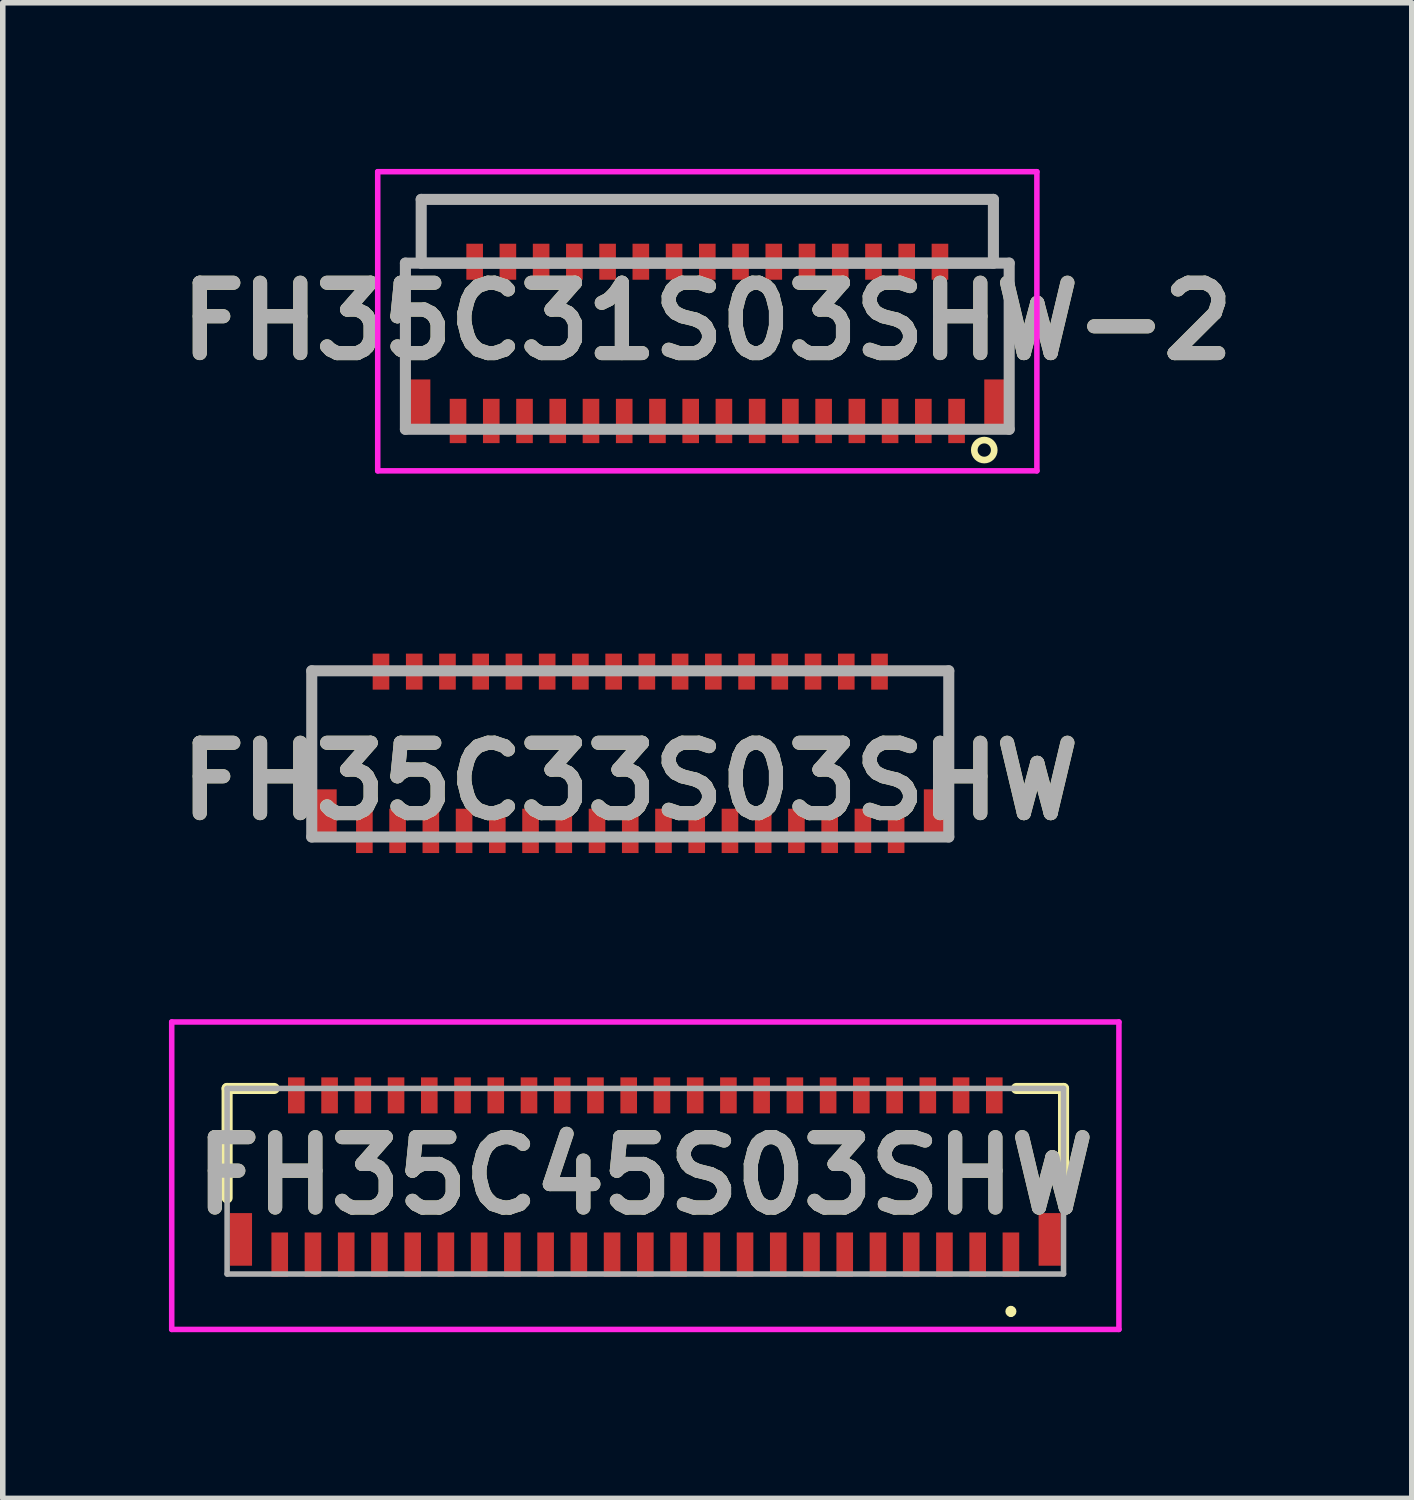
<source format=kicad_pcb>
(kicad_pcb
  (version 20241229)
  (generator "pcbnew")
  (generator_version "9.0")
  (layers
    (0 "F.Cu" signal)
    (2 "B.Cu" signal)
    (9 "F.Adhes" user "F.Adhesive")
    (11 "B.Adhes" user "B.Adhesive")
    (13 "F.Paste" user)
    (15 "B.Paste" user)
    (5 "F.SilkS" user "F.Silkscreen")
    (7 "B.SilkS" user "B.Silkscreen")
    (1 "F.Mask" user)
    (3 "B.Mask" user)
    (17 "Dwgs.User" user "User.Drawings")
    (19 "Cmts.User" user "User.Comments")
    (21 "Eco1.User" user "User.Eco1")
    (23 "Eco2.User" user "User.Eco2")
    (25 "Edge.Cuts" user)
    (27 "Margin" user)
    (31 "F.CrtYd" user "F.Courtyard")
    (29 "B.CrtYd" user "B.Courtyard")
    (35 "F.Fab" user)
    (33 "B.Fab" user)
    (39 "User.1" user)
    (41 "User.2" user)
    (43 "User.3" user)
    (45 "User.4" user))
  (footprint "FH35C31S03SHW-2"
    (layer "F.Cu")
    (at 9.719 2.625)
    (property "Reference" "FH35C31S03SHW-2" (at 0 0.125 0) (layer "F.SilkS") (effects (font (size 1.27 1.27) (thickness 0.254))))
    (attr smd)
    (fp_line (start -5.45 -0.925) (end -5.45 0.575) (stroke (width 0.1) (type solid)) (layer "F.SilkS"))
    (fp_line (start -5 -0.925) (end -5.45 -0.925) (stroke (width 0.1) (type solid)) (layer "F.SilkS"))
    (fp_line (start 5 -0.925) (end 5.45 -0.925) (stroke (width 0.1) (type solid)) (layer "F.SilkS"))
    (fp_line (start 5.45 -0.925) (end 5.45 0.575) (stroke (width 0.1) (type solid)) (layer "F.SilkS"))
    (fp_circle (center 5 2.45) (end 5.1 2.6) (stroke (width 0.12) (type solid)) (fill no) (layer "F.SilkS"))
    (fp_line (start -5.95 -2.575) (end 5.95 -2.575) (stroke (width 0.1) (type solid)) (layer "F.CrtYd"))
    (fp_line (start -5.95 2.825) (end -5.95 -2.575) (stroke (width 0.1) (type solid)) (layer "F.CrtYd"))
    (fp_line (start 5.95 -2.575) (end 5.95 2.825) (stroke (width 0.1) (type solid)) (layer "F.CrtYd"))
    (fp_line (start 5.95 2.825) (end -5.95 2.825) (stroke (width 0.1) (type solid)) (layer "F.CrtYd"))
    (fp_line (start -5.45 -0.925) (end 5.45 -0.925) (stroke (width 0.2) (type solid)) (layer "F.Fab"))
    (fp_line (start -5.45 2.075) (end -5.45 -0.925) (stroke (width 0.2) (type solid)) (layer "F.Fab"))
    (fp_line (start -5.165 -2.075) (end -5.165 -0.925) (stroke (width 0.2) (type solid)) (layer "F.Fab"))
    (fp_line (start -5.165 -0.925) (end 5.165 -0.925) (stroke (width 0.2) (type solid)) (layer "F.Fab"))
    (fp_line (start 5.165 -2.075) (end -5.165 -2.075) (stroke (width 0.2) (type solid)) (layer "F.Fab"))
    (fp_line (start 5.165 -0.925) (end 5.165 -2.075) (stroke (width 0.2) (type solid)) (layer "F.Fab"))
    (fp_line (start 5.45 -0.925) (end 5.45 2.075) (stroke (width 0.2) (type solid)) (layer "F.Fab"))
    (fp_line (start 5.45 2.075) (end -5.45 2.075) (stroke (width 0.2) (type solid)) (layer "F.Fab"))
    (fp_text user "${REFERENCE}" (at 0 0.125 0) (layer "F.Fab") (effects (font (size 1.27 1.27) (thickness 0.254))))
    (pad "1" smd rect (at 4.5 1.925) (size 0.3 0.8) (layers "F.Cu" "F.Mask" "F.Paste"))
    (pad "2" smd rect (at 4.2 -0.95) (size 0.3 0.65) (layers "F.Cu" "F.Mask" "F.Paste"))
    (pad "3" smd rect (at 3.9 1.925) (size 0.3 0.8) (layers "F.Cu" "F.Mask" "F.Paste"))
    (pad "4" smd rect (at 3.6 -0.95) (size 0.3 0.65) (layers "F.Cu" "F.Mask" "F.Paste"))
    (pad "5" smd rect (at 3.3 1.925) (size 0.3 0.8) (layers "F.Cu" "F.Mask" "F.Paste"))
    (pad "6" smd rect (at 3 -0.95) (size 0.3 0.65) (layers "F.Cu" "F.Mask" "F.Paste"))
    (pad "7" smd rect (at 2.7 1.925) (size 0.3 0.8) (layers "F.Cu" "F.Mask" "F.Paste"))
    (pad "8" smd rect (at 2.4 -0.95) (size 0.3 0.65) (layers "F.Cu" "F.Mask" "F.Paste"))
    (pad "9" smd rect (at 2.1 1.925) (size 0.3 0.8) (layers "F.Cu" "F.Mask" "F.Paste"))
    (pad "10" smd rect (at 1.8 -0.95) (size 0.3 0.65) (layers "F.Cu" "F.Mask" "F.Paste"))
    (pad "11" smd rect (at 1.5 1.925) (size 0.3 0.8) (layers "F.Cu" "F.Mask" "F.Paste"))
    (pad "12" smd rect (at 1.2 -0.95) (size 0.3 0.65) (layers "F.Cu" "F.Mask" "F.Paste"))
    (pad "13" smd rect (at 0.9 1.925) (size 0.3 0.8) (layers "F.Cu" "F.Mask" "F.Paste"))
    (pad "14" smd rect (at 0.6 -0.95) (size 0.3 0.65) (layers "F.Cu" "F.Mask" "F.Paste"))
    (pad "15" smd rect (at 0.3 1.925) (size 0.3 0.8) (layers "F.Cu" "F.Mask" "F.Paste"))
    (pad "16" smd rect (at 0 -0.95) (size 0.3 0.65) (layers "F.Cu" "F.Mask" "F.Paste"))
    (pad "17" smd rect (at -0.3 1.925) (size 0.3 0.8) (layers "F.Cu" "F.Mask" "F.Paste"))
    (pad "18" smd rect (at -0.6 -0.95) (size 0.3 0.65) (layers "F.Cu" "F.Mask" "F.Paste"))
    (pad "19" smd rect (at -0.9 1.925) (size 0.3 0.8) (layers "F.Cu" "F.Mask" "F.Paste"))
    (pad "20" smd rect (at -1.2 -0.95) (size 0.3 0.65) (layers "F.Cu" "F.Mask" "F.Paste"))
    (pad "21" smd rect (at -1.5 1.925) (size 0.3 0.8) (layers "F.Cu" "F.Mask" "F.Paste"))
    (pad "22" smd rect (at -1.8 -0.95) (size 0.3 0.65) (layers "F.Cu" "F.Mask" "F.Paste"))
    (pad "23" smd rect (at -2.1 1.925) (size 0.3 0.8) (layers "F.Cu" "F.Mask" "F.Paste"))
    (pad "24" smd rect (at -2.4 -0.95) (size 0.3 0.65) (layers "F.Cu" "F.Mask" "F.Paste"))
    (pad "25" smd rect (at -2.7 1.925) (size 0.3 0.8) (layers "F.Cu" "F.Mask" "F.Paste"))
    (pad "26" smd rect (at -3 -0.95) (size 0.3 0.65) (layers "F.Cu" "F.Mask" "F.Paste"))
    (pad "27" smd rect (at -3.3 1.925) (size 0.3 0.8) (layers "F.Cu" "F.Mask" "F.Paste"))
    (pad "28" smd rect (at -3.6 -0.95) (size 0.3 0.65) (layers "F.Cu" "F.Mask" "F.Paste"))
    (pad "29" smd rect (at -3.9 1.925) (size 0.3 0.8) (layers "F.Cu" "F.Mask" "F.Paste"))
    (pad "30" smd rect (at -4.2 -0.95) (size 0.3 0.65) (layers "F.Cu" "F.Mask" "F.Paste"))
    (pad "31" smd rect (at -4.5 1.925) (size 0.3 0.8) (layers "F.Cu" "F.Mask" "F.Paste"))
    (pad "MP1" smd rect (at -5.2 1.65) (size 0.4 0.95) (layers "F.Cu" "F.Mask" "F.Paste"))
    (pad "MP2" smd rect (at 5.2 1.65) (size 0.4 0.95) (layers "F.Cu" "F.Mask" "F.Paste")))
  (footprint "FH35C45S03SHW"
    (layer "F.Cu")
    (at 8.6 18.275)
    (property "Reference" "FH35C45S03SHW" (at 0 -0.1 0) (layer "F.SilkS") (effects (font (size 1.27 1.27) (thickness 0.254))))
    (attr smd)
    (fp_line (start -7.55 -1.675) (end -6.7 -1.675) (stroke (width 0.2) (type solid)) (layer "F.SilkS"))
    (fp_line (start -7.55 0.3) (end -7.55 -1.675) (stroke (width 0.2) (type solid)) (layer "F.SilkS"))
    (fp_line (start 6.6 2.3) (end 6.6 2.3) (stroke (width 0.1) (type solid)) (layer "F.SilkS"))
    (fp_line (start 6.6 2.4) (end 6.6 2.4) (stroke (width 0.1) (type solid)) (layer "F.SilkS"))
    (fp_line (start 6.7 -1.675) (end 7.55 -1.675) (stroke (width 0.2) (type solid)) (layer "F.SilkS"))
    (fp_line (start 7.55 -1.675) (end 7.55 0.3) (stroke (width 0.2) (type solid)) (layer "F.SilkS"))
    (fp_arc (start 6.6 2.3) (mid 6.65 2.35) (end 6.6 2.4) (stroke (width 0.1) (type solid)) (layer "F.SilkS"))
    (fp_arc (start 6.6 2.4) (mid 6.55 2.35) (end 6.6 2.3) (stroke (width 0.1) (type solid)) (layer "F.SilkS"))
    (fp_line (start -8.55 -2.875) (end 8.55 -2.875) (stroke (width 0.1) (type solid)) (layer "F.CrtYd"))
    (fp_line (start -8.55 2.675) (end -8.55 -2.875) (stroke (width 0.1) (type solid)) (layer "F.CrtYd"))
    (fp_line (start 8.55 -2.875) (end 8.55 2.675) (stroke (width 0.1) (type solid)) (layer "F.CrtYd"))
    (fp_line (start 8.55 2.675) (end -8.55 2.675) (stroke (width 0.1) (type solid)) (layer "F.CrtYd"))
    (fp_line (start -7.55 -1.675) (end -7.55 1.675) (stroke (width 0.1) (type solid)) (layer "F.Fab"))
    (fp_line (start -7.55 1.675) (end 7.55 1.675) (stroke (width 0.1) (type solid)) (layer "F.Fab"))
    (fp_line (start 7.55 -1.675) (end -7.55 -1.675) (stroke (width 0.1) (type solid)) (layer "F.Fab"))
    (fp_line (start 7.55 1.675) (end 7.55 -1.675) (stroke (width 0.1) (type solid)) (layer "F.Fab"))
    (fp_text user "${REFERENCE}" (at 0 -0.1 0) (layer "F.Fab") (effects (font (size 1.27 1.27) (thickness 0.254))))
    (pad "1" smd rect (at 6.6 1.325) (size 0.3 0.8) (layers "F.Cu" "F.Mask" "F.Paste"))
    (pad "2" smd rect (at 6.3 -1.55) (size 0.3 0.65) (layers "F.Cu" "F.Mask" "F.Paste"))
    (pad "3" smd rect (at 6 1.325) (size 0.3 0.8) (layers "F.Cu" "F.Mask" "F.Paste"))
    (pad "4" smd rect (at 5.7 -1.55) (size 0.3 0.65) (layers "F.Cu" "F.Mask" "F.Paste"))
    (pad "5" smd rect (at 5.4 1.325) (size 0.3 0.8) (layers "F.Cu" "F.Mask" "F.Paste"))
    (pad "6" smd rect (at 5.1 -1.55) (size 0.3 0.65) (layers "F.Cu" "F.Mask" "F.Paste"))
    (pad "7" smd rect (at 4.8 1.325) (size 0.3 0.8) (layers "F.Cu" "F.Mask" "F.Paste"))
    (pad "8" smd rect (at 4.5 -1.55) (size 0.3 0.65) (layers "F.Cu" "F.Mask" "F.Paste"))
    (pad "9" smd rect (at 4.2 1.325) (size 0.3 0.8) (layers "F.Cu" "F.Mask" "F.Paste"))
    (pad "10" smd rect (at 3.9 -1.55) (size 0.3 0.65) (layers "F.Cu" "F.Mask" "F.Paste"))
    (pad "11" smd rect (at 3.6 1.325) (size 0.3 0.8) (layers "F.Cu" "F.Mask" "F.Paste"))
    (pad "12" smd rect (at 3.3 -1.55) (size 0.3 0.65) (layers "F.Cu" "F.Mask" "F.Paste"))
    (pad "13" smd rect (at 3 1.325) (size 0.3 0.8) (layers "F.Cu" "F.Mask" "F.Paste"))
    (pad "14" smd rect (at 2.7 -1.55) (size 0.3 0.65) (layers "F.Cu" "F.Mask" "F.Paste"))
    (pad "15" smd rect (at 2.4 1.325) (size 0.3 0.8) (layers "F.Cu" "F.Mask" "F.Paste"))
    (pad "16" smd rect (at 2.1 -1.55) (size 0.3 0.65) (layers "F.Cu" "F.Mask" "F.Paste"))
    (pad "17" smd rect (at 1.8 1.325) (size 0.3 0.8) (layers "F.Cu" "F.Mask" "F.Paste"))
    (pad "18" smd rect (at 1.5 -1.55) (size 0.3 0.65) (layers "F.Cu" "F.Mask" "F.Paste"))
    (pad "19" smd rect (at 1.2 1.325) (size 0.3 0.8) (layers "F.Cu" "F.Mask" "F.Paste"))
    (pad "20" smd rect (at 0.9 -1.55) (size 0.3 0.65) (layers "F.Cu" "F.Mask" "F.Paste"))
    (pad "21" smd rect (at 0.6 1.325) (size 0.3 0.8) (layers "F.Cu" "F.Mask" "F.Paste"))
    (pad "22" smd rect (at 0.3 -1.55) (size 0.3 0.65) (layers "F.Cu" "F.Mask" "F.Paste"))
    (pad "23" smd rect (at 0 1.325) (size 0.3 0.8) (layers "F.Cu" "F.Mask" "F.Paste"))
    (pad "24" smd rect (at -0.3 -1.55) (size 0.3 0.65) (layers "F.Cu" "F.Mask" "F.Paste"))
    (pad "25" smd rect (at -0.6 1.325) (size 0.3 0.8) (layers "F.Cu" "F.Mask" "F.Paste"))
    (pad "26" smd rect (at -0.9 -1.55) (size 0.3 0.65) (layers "F.Cu" "F.Mask" "F.Paste"))
    (pad "27" smd rect (at -1.2 1.325) (size 0.3 0.8) (layers "F.Cu" "F.Mask" "F.Paste"))
    (pad "28" smd rect (at -1.5 -1.55) (size 0.3 0.65) (layers "F.Cu" "F.Mask" "F.Paste"))
    (pad "29" smd rect (at -1.8 1.325) (size 0.3 0.8) (layers "F.Cu" "F.Mask" "F.Paste"))
    (pad "30" smd rect (at -2.1 -1.55) (size 0.3 0.65) (layers "F.Cu" "F.Mask" "F.Paste"))
    (pad "31" smd rect (at -2.4 1.325) (size 0.3 0.8) (layers "F.Cu" "F.Mask" "F.Paste"))
    (pad "32" smd rect (at -2.7 -1.55) (size 0.3 0.65) (layers "F.Cu" "F.Mask" "F.Paste"))
    (pad "33" smd rect (at -3 1.325) (size 0.3 0.8) (layers "F.Cu" "F.Mask" "F.Paste"))
    (pad "34" smd rect (at -3.3 -1.55) (size 0.3 0.65) (layers "F.Cu" "F.Mask" "F.Paste"))
    (pad "35" smd rect (at -3.6 1.325) (size 0.3 0.8) (layers "F.Cu" "F.Mask" "F.Paste"))
    (pad "36" smd rect (at -3.9 -1.55) (size 0.3 0.65) (layers "F.Cu" "F.Mask" "F.Paste"))
    (pad "37" smd rect (at -4.2 1.325) (size 0.3 0.8) (layers "F.Cu" "F.Mask" "F.Paste"))
    (pad "38" smd rect (at -4.5 -1.55) (size 0.3 0.65) (layers "F.Cu" "F.Mask" "F.Paste"))
    (pad "39" smd rect (at -4.8 1.325) (size 0.3 0.8) (layers "F.Cu" "F.Mask" "F.Paste"))
    (pad "40" smd rect (at -5.1 -1.55) (size 0.3 0.65) (layers "F.Cu" "F.Mask" "F.Paste"))
    (pad "41" smd rect (at -5.4 1.325) (size 0.3 0.8) (layers "F.Cu" "F.Mask" "F.Paste"))
    (pad "42" smd rect (at -5.7 -1.55) (size 0.3 0.65) (layers "F.Cu" "F.Mask" "F.Paste"))
    (pad "43" smd rect (at -6 1.325) (size 0.3 0.8) (layers "F.Cu" "F.Mask" "F.Paste"))
    (pad "44" smd rect (at -6.3 -1.55) (size 0.3 0.65) (layers "F.Cu" "F.Mask" "F.Paste"))
    (pad "45" smd rect (at -6.6 1.325) (size 0.3 0.8) (layers "F.Cu" "F.Mask" "F.Paste"))
    (pad "MP1" smd rect (at 7.3 1.05) (size 0.4 0.95) (layers "F.Cu" "F.Mask" "F.Paste"))
    (pad "MP2" smd rect (at -7.3 1.05) (size 0.4 0.95) (layers "F.Cu" "F.Mask" "F.Paste")))
  (footprint "FH35C33S03SHW"
    (layer "F.Cu")
    (at 8.328 8.75)
    (property "Reference" "FH35C33S03SHW" (at 0 2.305 0) (layer "F.SilkS") (effects (font (size 1.27 1.27) (thickness 0.254))))
    (attr smd)
    (fp_line (start -5.75 0.31) (end -5.75 0.325) (stroke (width 0.1) (type solid)) (layer "F.SilkS"))
    (fp_line (start -5.75 0.325) (end -5.75 0.325) (stroke (width 0.1) (type solid)) (layer "F.SilkS"))
    (fp_line (start -5.75 0.325) (end -5.75 1.81) (stroke (width 0.1) (type solid)) (layer "F.SilkS"))
    (fp_line (start -5.75 0.325) (end -5.25 0.325) (stroke (width 0.1) (type solid)) (layer "F.SilkS"))
    (fp_line (start -5.75 1.81) (end -5.75 0.325) (stroke (width 0.1) (type solid)) (layer "F.SilkS"))
    (fp_line (start -5.75 1.81) (end -5.75 1.81) (stroke (width 0.1) (type solid)) (layer "F.SilkS"))
    (fp_line (start -5.25 0.31) (end -5.75 0.31) (stroke (width 0.1) (type solid)) (layer "F.SilkS"))
    (fp_line (start -5.25 0.325) (end -5.25 0.31) (stroke (width 0.1) (type solid)) (layer "F.SilkS"))
    (fp_line (start 5.25 0.325) (end 5.25 0.325) (stroke (width 0.1) (type solid)) (layer "F.SilkS"))
    (fp_line (start 5.25 0.325) (end 5.75 0.325) (stroke (width 0.1) (type solid)) (layer "F.SilkS"))
    (fp_line (start 5.75 0.31) (end 5.75 0.31) (stroke (width 0.1) (type solid)) (layer "F.SilkS"))
    (fp_line (start 5.75 0.31) (end 5.75 1.81) (stroke (width 0.1) (type solid)) (layer "F.SilkS"))
    (fp_line (start 5.75 0.325) (end 5.25 0.325) (stroke (width 0.1) (type solid)) (layer "F.SilkS"))
    (fp_line (start 5.75 0.325) (end 5.75 0.325) (stroke (width 0.1) (type solid)) (layer "F.SilkS"))
    (fp_line (start 5.75 1.81) (end 5.75 0.31) (stroke (width 0.1) (type solid)) (layer "F.SilkS"))
    (fp_line (start 5.75 1.81) (end 5.75 1.81) (stroke (width 0.1) (type solid)) (layer "F.SilkS"))
    (fp_line (start -5.75 0.31) (end -5.75 3.31) (stroke (width 0.2) (type solid)) (layer "F.Fab"))
    (fp_line (start -5.75 3.31) (end 5.75 3.31) (stroke (width 0.2) (type solid)) (layer "F.Fab"))
    (fp_line (start 5.75 0.31) (end -5.75 0.31) (stroke (width 0.2) (type solid)) (layer "F.Fab"))
    (fp_line (start 5.75 3.31) (end 5.75 0.31) (stroke (width 0.2) (type solid)) (layer "F.Fab"))
    (fp_text user "${REFERENCE}" (at 0 2.305 0) (layer "F.Fab") (effects (font (size 1.27 1.27) (thickness 0.254))))
    (pad "1" smd rect (at 4.8 3.2) (size 0.3 0.8) (layers "F.Cu" "F.Mask" "F.Paste"))
    (pad "2" smd rect (at 4.5 0.325) (size 0.3 0.65) (layers "F.Cu" "F.Mask" "F.Paste"))
    (pad "3" smd rect (at 4.2 3.2) (size 0.3 0.8) (layers "F.Cu" "F.Mask" "F.Paste"))
    (pad "4" smd rect (at 3.9 0.325) (size 0.3 0.65) (layers "F.Cu" "F.Mask" "F.Paste"))
    (pad "5" smd rect (at 3.6 3.2) (size 0.3 0.8) (layers "F.Cu" "F.Mask" "F.Paste"))
    (pad "6" smd rect (at 3.3 0.325) (size 0.3 0.65) (layers "F.Cu" "F.Mask" "F.Paste"))
    (pad "7" smd rect (at 3 3.2) (size 0.3 0.8) (layers "F.Cu" "F.Mask" "F.Paste"))
    (pad "8" smd rect (at 2.7 0.325) (size 0.3 0.65) (layers "F.Cu" "F.Mask" "F.Paste"))
    (pad "9" smd rect (at 2.4 3.2) (size 0.3 0.8) (layers "F.Cu" "F.Mask" "F.Paste"))
    (pad "10" smd rect (at 2.1 0.325) (size 0.3 0.65) (layers "F.Cu" "F.Mask" "F.Paste"))
    (pad "11" smd rect (at 1.8 3.2) (size 0.3 0.8) (layers "F.Cu" "F.Mask" "F.Paste"))
    (pad "12" smd rect (at 1.5 0.325) (size 0.3 0.65) (layers "F.Cu" "F.Mask" "F.Paste"))
    (pad "13" smd rect (at 1.2 3.2) (size 0.3 0.8) (layers "F.Cu" "F.Mask" "F.Paste"))
    (pad "14" smd rect (at 0.9 0.325) (size 0.3 0.65) (layers "F.Cu" "F.Mask" "F.Paste"))
    (pad "15" smd rect (at 0.6 3.2) (size 0.3 0.8) (layers "F.Cu" "F.Mask" "F.Paste"))
    (pad "16" smd rect (at 0.3 0.325) (size 0.3 0.65) (layers "F.Cu" "F.Mask" "F.Paste"))
    (pad "17" smd rect (at 0 3.2) (size 0.3 0.8) (layers "F.Cu" "F.Mask" "F.Paste"))
    (pad "18" smd rect (at -0.3 0.325) (size 0.3 0.65) (layers "F.Cu" "F.Mask" "F.Paste"))
    (pad "19" smd rect (at -0.6 3.2) (size 0.3 0.8) (layers "F.Cu" "F.Mask" "F.Paste"))
    (pad "20" smd rect (at -0.9 0.325) (size 0.3 0.65) (layers "F.Cu" "F.Mask" "F.Paste"))
    (pad "21" smd rect (at -1.2 3.2) (size 0.3 0.8) (layers "F.Cu" "F.Mask" "F.Paste"))
    (pad "22" smd rect (at -1.5 0.325) (size 0.3 0.65) (layers "F.Cu" "F.Mask" "F.Paste"))
    (pad "23" smd rect (at -1.8 3.2) (size 0.3 0.8) (layers "F.Cu" "F.Mask" "F.Paste"))
    (pad "24" smd rect (at -2.1 0.325) (size 0.3 0.65) (layers "F.Cu" "F.Mask" "F.Paste"))
    (pad "25" smd rect (at -2.4 3.2) (size 0.3 0.8) (layers "F.Cu" "F.Mask" "F.Paste"))
    (pad "26" smd rect (at -2.7 0.325) (size 0.3 0.65) (layers "F.Cu" "F.Mask" "F.Paste"))
    (pad "27" smd rect (at -3 3.2) (size 0.3 0.8) (layers "F.Cu" "F.Mask" "F.Paste"))
    (pad "28" smd rect (at -3.3 0.325) (size 0.3 0.65) (layers "F.Cu" "F.Mask" "F.Paste"))
    (pad "29" smd rect (at -3.6 3.2) (size 0.3 0.8) (layers "F.Cu" "F.Mask" "F.Paste"))
    (pad "30" smd rect (at -3.9 0.325) (size 0.3 0.65) (layers "F.Cu" "F.Mask" "F.Paste"))
    (pad "31" smd rect (at -4.2 3.2) (size 0.3 0.8) (layers "F.Cu" "F.Mask" "F.Paste"))
    (pad "32" smd rect (at -4.5 0.325) (size 0.3 0.65) (layers "F.Cu" "F.Mask" "F.Paste"))
    (pad "33" smd rect (at -4.8 3.2) (size 0.3 0.8) (layers "F.Cu" "F.Mask" "F.Paste"))
    (pad "MP1" smd rect (at 5.5 2.925) (size 0.4 0.95) (layers "F.Cu" "F.Mask" "F.Paste"))
    (pad "MP2" smd rect (at -5.5 2.925) (size 0.4 0.95) (layers "F.Cu" "F.Mask" "F.Paste")))
  (gr_rect
    (start -3 -3)
    (end 22.437 24)
    (stroke (width 0.1) (type default))
    (fill no)
    (layer "Edge.Cuts")))
</source>
